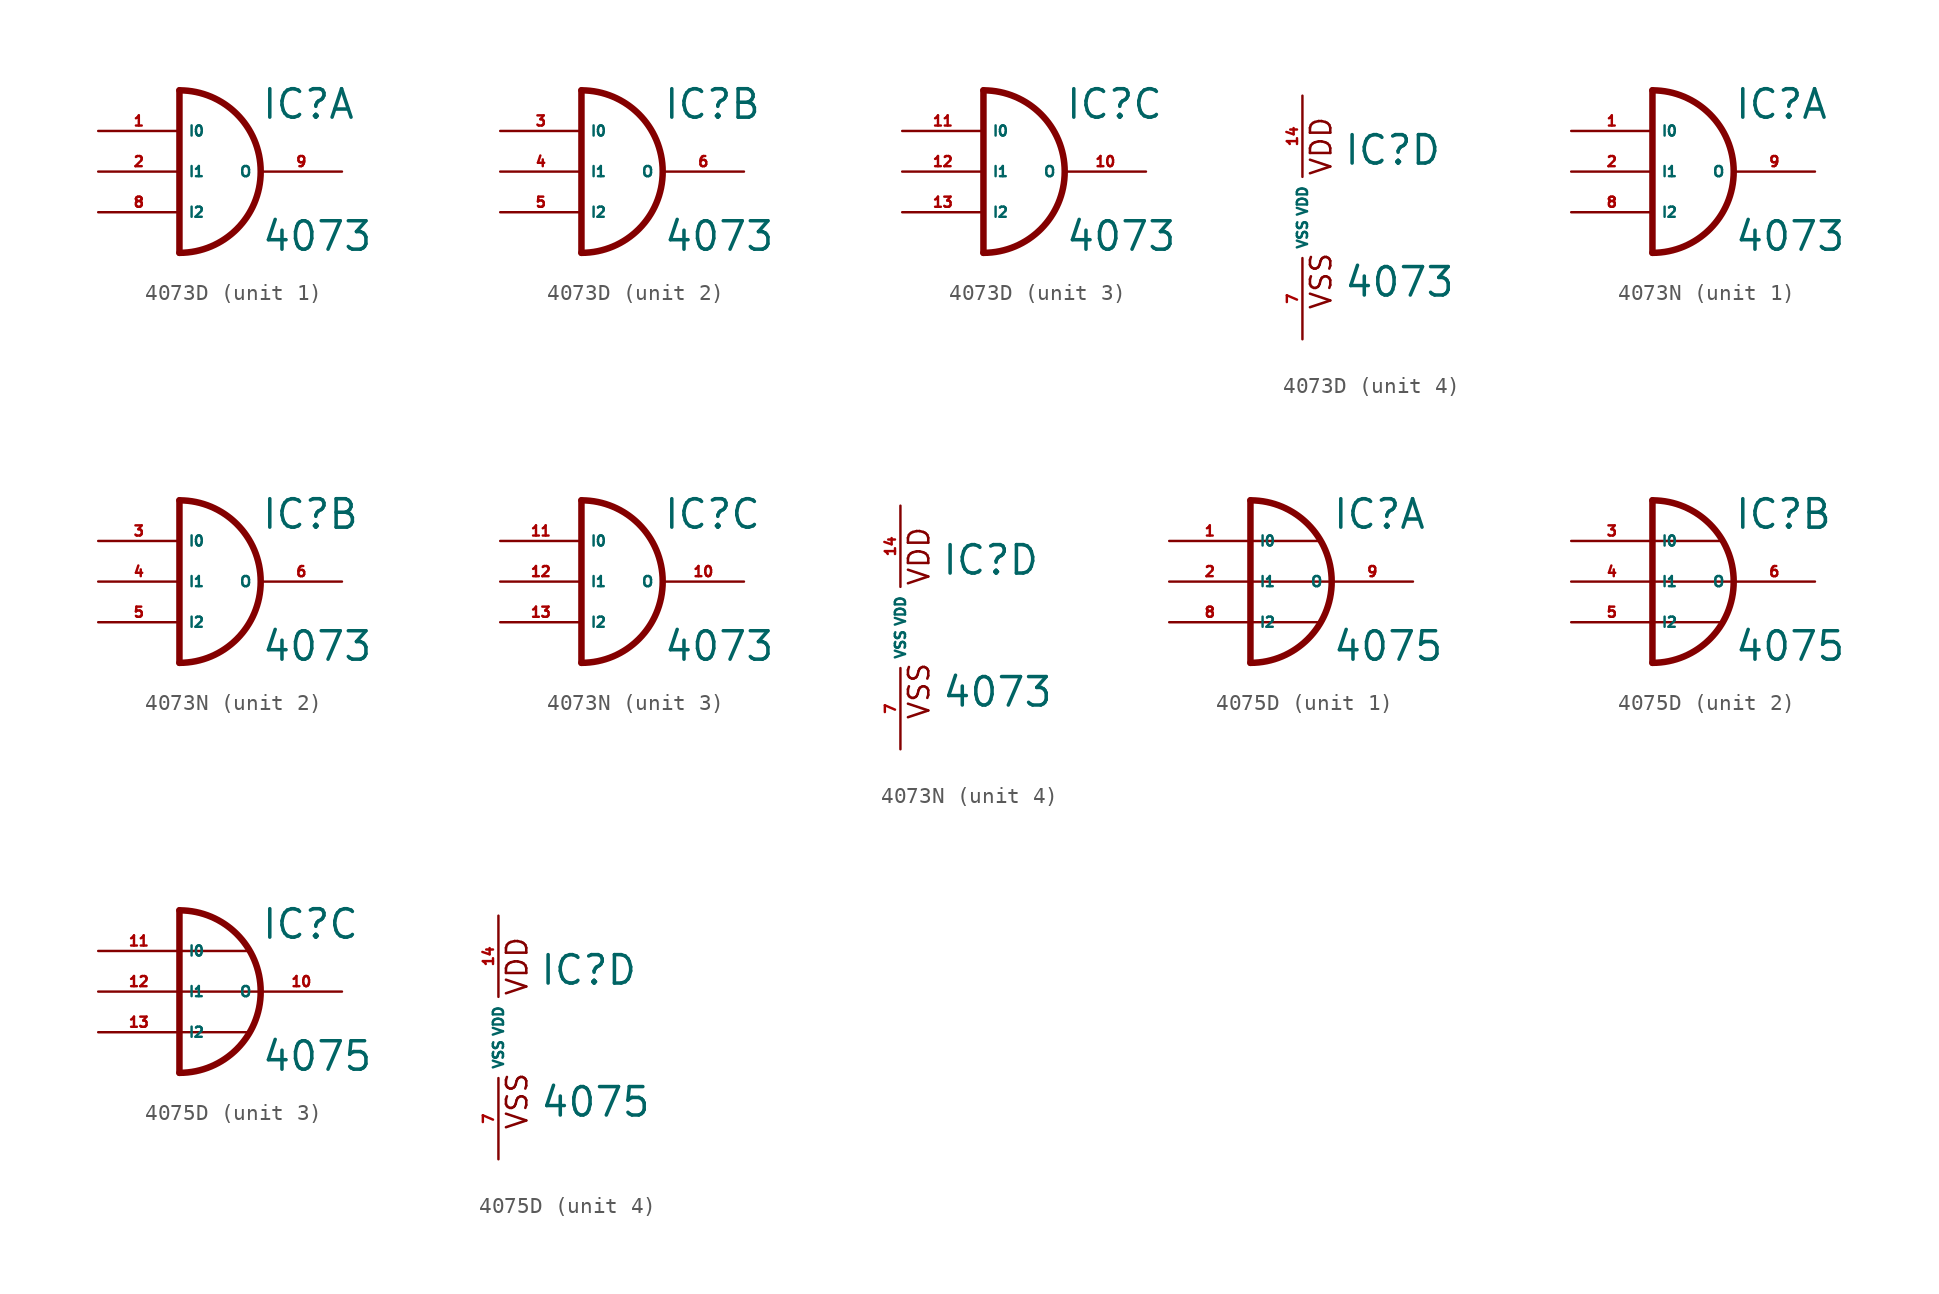
<source format=kicad_sym>
(kicad_symbol_lib
  (version 20220914)
  (generator Eagle2Kicad)
  (symbol "4073D"
    (property "Reference" "IC"
      (at 2.54 3.175 0)
      (effects (font (size 1.778 1.778) (thickness 0.22)) (justify left bottom)))
    (property "Value" "4073"
      (at 2.54 -5.08 0)
      (effects (font (size 1.778 1.778) (thickness 0.22)) (justify left bottom)))
    (symbol "4073D_1_0"
      (arc (start -2.54 -5.08) (mid 2.540 0.000) (end -2.54 5.08) (stroke (width 0.4064) (type default)) (fill (type none)))
      (polyline (pts (xy -2.54 5.08) (xy -2.54 -5.08)) (stroke (width 0.406) (type default)) (fill (type none)))
      (pin input line (at -7.62 2.54 0) (length 5.08) (name "I0" (effects (font (size 0.635 0.635) (thickness 0.08)) (justify left bottom))) (number "1" (effects (font (size 0.635 0.635) (thickness 0.08)) (justify left bottom))))
      (pin input line (at -7.62 0 0) (length 5.08) (name "I1" (effects (font (size 0.635 0.635) (thickness 0.08)) (justify left bottom))) (number "2" (effects (font (size 0.635 0.635) (thickness 0.08)) (justify left bottom))))
      (pin input line (at -7.62 -2.54 0) (length 5.08) (name "I2" (effects (font (size 0.635 0.635) (thickness 0.08)) (justify left bottom))) (number "8" (effects (font (size 0.635 0.635) (thickness 0.08)) (justify left bottom))))
      (pin output line (at 7.62 0 180) (length 5.08) (name "O" (effects (font (size 0.635 0.635) (thickness 0.08)) (justify left bottom))) (number "9" (effects (font (size 0.635 0.635) (thickness 0.08)) (justify left bottom)))))
    (symbol "4073D_2_0"
      (arc (start -2.54 -5.08) (mid 2.540 0.000) (end -2.54 5.08) (stroke (width 0.4064) (type default)) (fill (type none)))
      (polyline (pts (xy -2.54 5.08) (xy -2.54 -5.08)) (stroke (width 0.406) (type default)) (fill (type none)))
      (pin input line (at -7.62 2.54 0) (length 5.08) (name "I0" (effects (font (size 0.635 0.635) (thickness 0.08)) (justify left bottom))) (number "3" (effects (font (size 0.635 0.635) (thickness 0.08)) (justify left bottom))))
      (pin input line (at -7.62 0 0) (length 5.08) (name "I1" (effects (font (size 0.635 0.635) (thickness 0.08)) (justify left bottom))) (number "4" (effects (font (size 0.635 0.635) (thickness 0.08)) (justify left bottom))))
      (pin input line (at -7.62 -2.54 0) (length 5.08) (name "I2" (effects (font (size 0.635 0.635) (thickness 0.08)) (justify left bottom))) (number "5" (effects (font (size 0.635 0.635) (thickness 0.08)) (justify left bottom))))
      (pin output line (at 7.62 0 180) (length 5.08) (name "O" (effects (font (size 0.635 0.635) (thickness 0.08)) (justify left bottom))) (number "6" (effects (font (size 0.635 0.635) (thickness 0.08)) (justify left bottom)))))
    (symbol "4073D_3_0"
      (arc (start -2.54 -5.08) (mid 2.540 0.000) (end -2.54 5.08) (stroke (width 0.4064) (type default)) (fill (type none)))
      (polyline (pts (xy -2.54 5.08) (xy -2.54 -5.08)) (stroke (width 0.406) (type default)) (fill (type none)))
      (pin input line (at -7.62 2.54 0) (length 5.08) (name "I0" (effects (font (size 0.635 0.635) (thickness 0.08)) (justify left bottom))) (number "11" (effects (font (size 0.635 0.635) (thickness 0.08)) (justify left bottom))))
      (pin input line (at -7.62 0 0) (length 5.08) (name "I1" (effects (font (size 0.635 0.635) (thickness 0.08)) (justify left bottom))) (number "12" (effects (font (size 0.635 0.635) (thickness 0.08)) (justify left bottom))))
      (pin input line (at -7.62 -2.54 0) (length 5.08) (name "I2" (effects (font (size 0.635 0.635) (thickness 0.08)) (justify left bottom))) (number "13" (effects (font (size 0.635 0.635) (thickness 0.08)) (justify left bottom))))
      (pin output line (at 7.62 0 180) (length 5.08) (name "O" (effects (font (size 0.635 0.635) (thickness 0.08)) (justify left bottom))) (number "10" (effects (font (size 0.635 0.635) (thickness 0.08)) (justify left bottom)))))
    (symbol "4073D_4_0"
      (text "VDD" (at 1.905 2.54 900) (effects (font (size 1.27 1.27) (thickness 0.16)) (justify left bottom)))
      (text "VSS" (at 1.905 -5.842 900) (effects (font (size 1.27 1.27) (thickness 0.16)) (justify left bottom)))
      (pin unspecified line (at 0 -7.62 90) (length 5.08) (name "VSS" (effects (font (size 0.635 0.635) (thickness 0.08)) (justify left bottom))) (number "7" (effects (font (size 0.635 0.635) (thickness 0.08)) (justify left bottom))))
      (pin unspecified line (at 0 7.62 270) (length 5.08) (name "VDD" (effects (font (size 0.635 0.635) (thickness 0.08)) (justify left bottom))) (number "14" (effects (font (size 0.635 0.635) (thickness 0.08)) (justify left bottom))))))
  (symbol "4073N"
    (property "Reference" "IC"
      (at 2.54 3.175 0)
      (effects (font (size 1.778 1.778) (thickness 0.22)) (justify left bottom)))
    (property "Value" "4073"
      (at 2.54 -5.08 0)
      (effects (font (size 1.778 1.778) (thickness 0.22)) (justify left bottom)))
    (symbol "4073N_1_0"
      (arc (start -2.54 -5.08) (mid 2.540 0.000) (end -2.54 5.08) (stroke (width 0.4064) (type default)) (fill (type none)))
      (polyline (pts (xy -2.54 5.08) (xy -2.54 -5.08)) (stroke (width 0.406) (type default)) (fill (type none)))
      (pin input line (at -7.62 2.54 0) (length 5.08) (name "I0" (effects (font (size 0.635 0.635) (thickness 0.08)) (justify left bottom))) (number "1" (effects (font (size 0.635 0.635) (thickness 0.08)) (justify left bottom))))
      (pin input line (at -7.62 0 0) (length 5.08) (name "I1" (effects (font (size 0.635 0.635) (thickness 0.08)) (justify left bottom))) (number "2" (effects (font (size 0.635 0.635) (thickness 0.08)) (justify left bottom))))
      (pin input line (at -7.62 -2.54 0) (length 5.08) (name "I2" (effects (font (size 0.635 0.635) (thickness 0.08)) (justify left bottom))) (number "8" (effects (font (size 0.635 0.635) (thickness 0.08)) (justify left bottom))))
      (pin output line (at 7.62 0 180) (length 5.08) (name "O" (effects (font (size 0.635 0.635) (thickness 0.08)) (justify left bottom))) (number "9" (effects (font (size 0.635 0.635) (thickness 0.08)) (justify left bottom)))))
    (symbol "4073N_2_0"
      (arc (start -2.54 -5.08) (mid 2.540 0.000) (end -2.54 5.08) (stroke (width 0.4064) (type default)) (fill (type none)))
      (polyline (pts (xy -2.54 5.08) (xy -2.54 -5.08)) (stroke (width 0.406) (type default)) (fill (type none)))
      (pin input line (at -7.62 2.54 0) (length 5.08) (name "I0" (effects (font (size 0.635 0.635) (thickness 0.08)) (justify left bottom))) (number "3" (effects (font (size 0.635 0.635) (thickness 0.08)) (justify left bottom))))
      (pin input line (at -7.62 0 0) (length 5.08) (name "I1" (effects (font (size 0.635 0.635) (thickness 0.08)) (justify left bottom))) (number "4" (effects (font (size 0.635 0.635) (thickness 0.08)) (justify left bottom))))
      (pin input line (at -7.62 -2.54 0) (length 5.08) (name "I2" (effects (font (size 0.635 0.635) (thickness 0.08)) (justify left bottom))) (number "5" (effects (font (size 0.635 0.635) (thickness 0.08)) (justify left bottom))))
      (pin output line (at 7.62 0 180) (length 5.08) (name "O" (effects (font (size 0.635 0.635) (thickness 0.08)) (justify left bottom))) (number "6" (effects (font (size 0.635 0.635) (thickness 0.08)) (justify left bottom)))))
    (symbol "4073N_3_0"
      (arc (start -2.54 -5.08) (mid 2.540 0.000) (end -2.54 5.08) (stroke (width 0.4064) (type default)) (fill (type none)))
      (polyline (pts (xy -2.54 5.08) (xy -2.54 -5.08)) (stroke (width 0.406) (type default)) (fill (type none)))
      (pin input line (at -7.62 2.54 0) (length 5.08) (name "I0" (effects (font (size 0.635 0.635) (thickness 0.08)) (justify left bottom))) (number "11" (effects (font (size 0.635 0.635) (thickness 0.08)) (justify left bottom))))
      (pin input line (at -7.62 0 0) (length 5.08) (name "I1" (effects (font (size 0.635 0.635) (thickness 0.08)) (justify left bottom))) (number "12" (effects (font (size 0.635 0.635) (thickness 0.08)) (justify left bottom))))
      (pin input line (at -7.62 -2.54 0) (length 5.08) (name "I2" (effects (font (size 0.635 0.635) (thickness 0.08)) (justify left bottom))) (number "13" (effects (font (size 0.635 0.635) (thickness 0.08)) (justify left bottom))))
      (pin output line (at 7.62 0 180) (length 5.08) (name "O" (effects (font (size 0.635 0.635) (thickness 0.08)) (justify left bottom))) (number "10" (effects (font (size 0.635 0.635) (thickness 0.08)) (justify left bottom)))))
    (symbol "4073N_4_0"
      (text "VDD" (at 1.905 2.54 900) (effects (font (size 1.27 1.27) (thickness 0.16)) (justify left bottom)))
      (text "VSS" (at 1.905 -5.842 900) (effects (font (size 1.27 1.27) (thickness 0.16)) (justify left bottom)))
      (pin unspecified line (at 0 -7.62 90) (length 5.08) (name "VSS" (effects (font (size 0.635 0.635) (thickness 0.08)) (justify left bottom))) (number "7" (effects (font (size 0.635 0.635) (thickness 0.08)) (justify left bottom))))
      (pin unspecified line (at 0 7.62 270) (length 5.08) (name "VDD" (effects (font (size 0.635 0.635) (thickness 0.08)) (justify left bottom))) (number "14" (effects (font (size 0.635 0.635) (thickness 0.08)) (justify left bottom))))))
  (symbol "4075D"
    (property "Reference" "IC"
      (at 2.54 3.175 0)
      (effects (font (size 1.778 1.778) (thickness 0.22)) (justify left bottom)))
    (property "Value" "4075"
      (at 2.54 -5.08 0)
      (effects (font (size 1.778 1.778) (thickness 0.22)) (justify left bottom)))
    (symbol "4075D_1_0"
      (polyline (pts (xy -2.54 -2.54) (xy 1.778 -2.54)) (stroke (width 0.152) (type default)) (fill (type none)))
      (polyline (pts (xy -2.54 2.54) (xy 1.778 2.54)) (stroke (width 0.152) (type default)) (fill (type none)))
      (polyline (pts (xy -2.54 0) (xy 2.54 0)) (stroke (width 0.152) (type default)) (fill (type none)))
      (arc (start -2.54 -5.08) (mid 2.540 0.000) (end -2.54 5.08) (stroke (width 0.4064) (type default)) (fill (type none)))
      (polyline (pts (xy -2.54 5.08) (xy -2.54 -5.08)) (stroke (width 0.406) (type default)) (fill (type none)))
      (pin input line (at -7.62 2.54 0) (length 5.08) (name "I0" (effects (font (size 0.635 0.635) (thickness 0.08)) (justify left bottom))) (number "1" (effects (font (size 0.635 0.635) (thickness 0.08)) (justify left bottom))))
      (pin input line (at -7.62 0 0) (length 5.08) (name "I1" (effects (font (size 0.635 0.635) (thickness 0.08)) (justify left bottom))) (number "2" (effects (font (size 0.635 0.635) (thickness 0.08)) (justify left bottom))))
      (pin input line (at -7.62 -2.54 0) (length 5.08) (name "I2" (effects (font (size 0.635 0.635) (thickness 0.08)) (justify left bottom))) (number "8" (effects (font (size 0.635 0.635) (thickness 0.08)) (justify left bottom))))
      (pin output line (at 7.62 0 180) (length 5.08) (name "O" (effects (font (size 0.635 0.635) (thickness 0.08)) (justify left bottom))) (number "9" (effects (font (size 0.635 0.635) (thickness 0.08)) (justify left bottom)))))
    (symbol "4075D_2_0"
      (polyline (pts (xy -2.54 -2.54) (xy 1.778 -2.54)) (stroke (width 0.152) (type default)) (fill (type none)))
      (polyline (pts (xy -2.54 2.54) (xy 1.778 2.54)) (stroke (width 0.152) (type default)) (fill (type none)))
      (polyline (pts (xy -2.54 0) (xy 2.54 0)) (stroke (width 0.152) (type default)) (fill (type none)))
      (arc (start -2.54 -5.08) (mid 2.540 0.000) (end -2.54 5.08) (stroke (width 0.4064) (type default)) (fill (type none)))
      (polyline (pts (xy -2.54 5.08) (xy -2.54 -5.08)) (stroke (width 0.406) (type default)) (fill (type none)))
      (pin input line (at -7.62 2.54 0) (length 5.08) (name "I0" (effects (font (size 0.635 0.635) (thickness 0.08)) (justify left bottom))) (number "3" (effects (font (size 0.635 0.635) (thickness 0.08)) (justify left bottom))))
      (pin input line (at -7.62 0 0) (length 5.08) (name "I1" (effects (font (size 0.635 0.635) (thickness 0.08)) (justify left bottom))) (number "4" (effects (font (size 0.635 0.635) (thickness 0.08)) (justify left bottom))))
      (pin input line (at -7.62 -2.54 0) (length 5.08) (name "I2" (effects (font (size 0.635 0.635) (thickness 0.08)) (justify left bottom))) (number "5" (effects (font (size 0.635 0.635) (thickness 0.08)) (justify left bottom))))
      (pin output line (at 7.62 0 180) (length 5.08) (name "O" (effects (font (size 0.635 0.635) (thickness 0.08)) (justify left bottom))) (number "6" (effects (font (size 0.635 0.635) (thickness 0.08)) (justify left bottom)))))
    (symbol "4075D_3_0"
      (polyline (pts (xy -2.54 -2.54) (xy 1.778 -2.54)) (stroke (width 0.152) (type default)) (fill (type none)))
      (polyline (pts (xy -2.54 2.54) (xy 1.778 2.54)) (stroke (width 0.152) (type default)) (fill (type none)))
      (polyline (pts (xy -2.54 0) (xy 2.54 0)) (stroke (width 0.152) (type default)) (fill (type none)))
      (arc (start -2.54 -5.08) (mid 2.540 0.000) (end -2.54 5.08) (stroke (width 0.4064) (type default)) (fill (type none)))
      (polyline (pts (xy -2.54 5.08) (xy -2.54 -5.08)) (stroke (width 0.406) (type default)) (fill (type none)))
      (pin input line (at -7.62 2.54 0) (length 5.08) (name "I0" (effects (font (size 0.635 0.635) (thickness 0.08)) (justify left bottom))) (number "11" (effects (font (size 0.635 0.635) (thickness 0.08)) (justify left bottom))))
      (pin input line (at -7.62 0 0) (length 5.08) (name "I1" (effects (font (size 0.635 0.635) (thickness 0.08)) (justify left bottom))) (number "12" (effects (font (size 0.635 0.635) (thickness 0.08)) (justify left bottom))))
      (pin input line (at -7.62 -2.54 0) (length 5.08) (name "I2" (effects (font (size 0.635 0.635) (thickness 0.08)) (justify left bottom))) (number "13" (effects (font (size 0.635 0.635) (thickness 0.08)) (justify left bottom))))
      (pin output line (at 7.62 0 180) (length 5.08) (name "O" (effects (font (size 0.635 0.635) (thickness 0.08)) (justify left bottom))) (number "10" (effects (font (size 0.635 0.635) (thickness 0.08)) (justify left bottom)))))
    (symbol "4075D_4_0"
      (text "VDD" (at 1.905 2.54 900) (effects (font (size 1.27 1.27) (thickness 0.16)) (justify left bottom)))
      (text "VSS" (at 1.905 -5.842 900) (effects (font (size 1.27 1.27) (thickness 0.16)) (justify left bottom)))
      (pin unspecified line (at 0 -7.62 90) (length 5.08) (name "VSS" (effects (font (size 0.635 0.635) (thickness 0.08)) (justify left bottom))) (number "7" (effects (font (size 0.635 0.635) (thickness 0.08)) (justify left bottom))))
      (pin unspecified line (at 0 7.62 270) (length 5.08) (name "VDD" (effects (font (size 0.635 0.635) (thickness 0.08)) (justify left bottom))) (number "14" (effects (font (size 0.635 0.635) (thickness 0.08)) (justify left bottom)))))))
</source>
